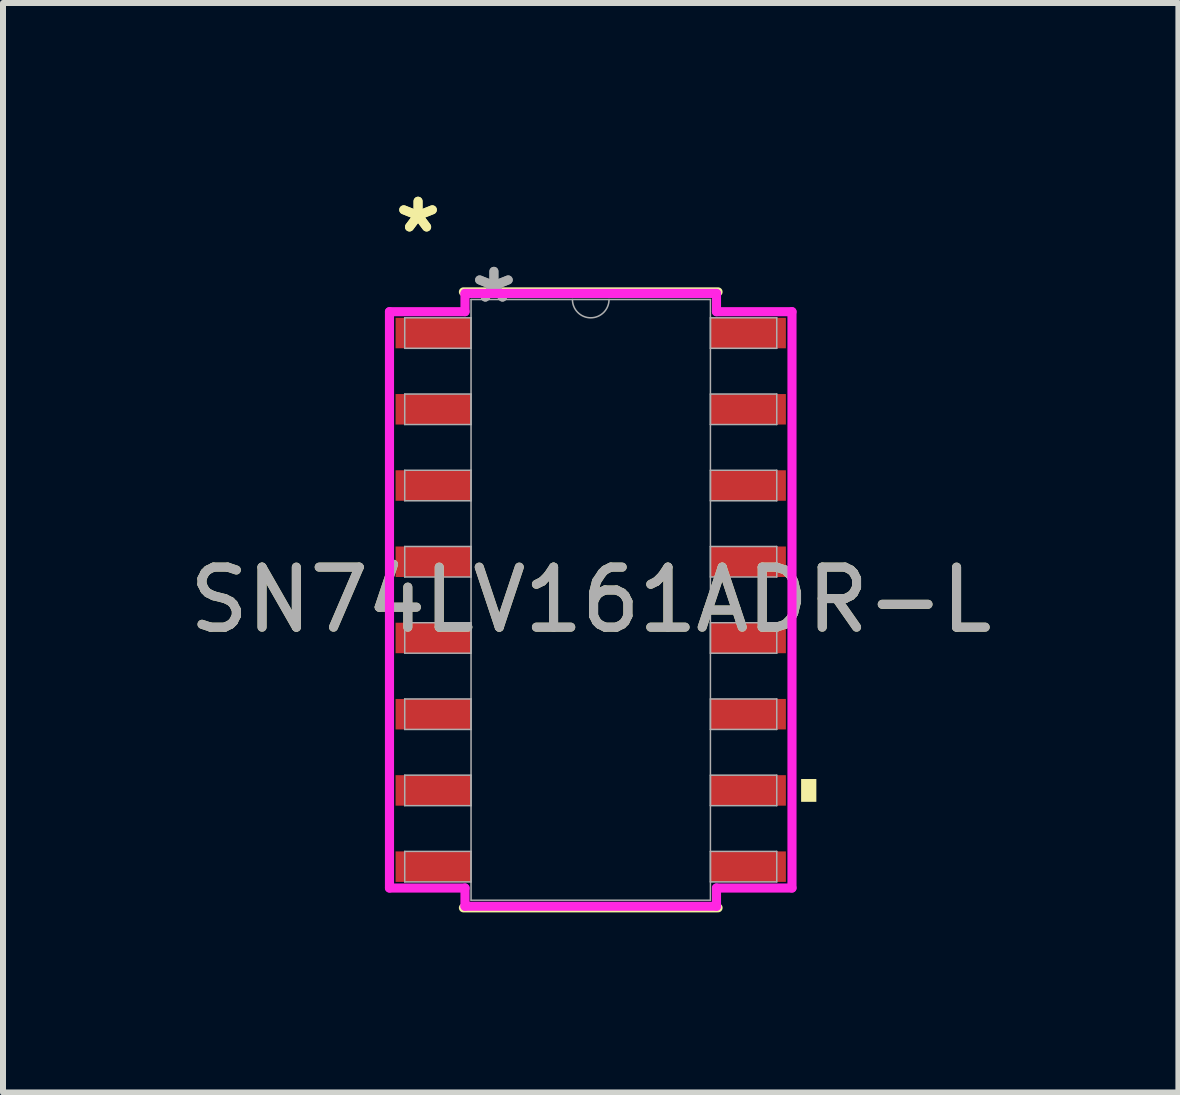
<source format=kicad_pcb>
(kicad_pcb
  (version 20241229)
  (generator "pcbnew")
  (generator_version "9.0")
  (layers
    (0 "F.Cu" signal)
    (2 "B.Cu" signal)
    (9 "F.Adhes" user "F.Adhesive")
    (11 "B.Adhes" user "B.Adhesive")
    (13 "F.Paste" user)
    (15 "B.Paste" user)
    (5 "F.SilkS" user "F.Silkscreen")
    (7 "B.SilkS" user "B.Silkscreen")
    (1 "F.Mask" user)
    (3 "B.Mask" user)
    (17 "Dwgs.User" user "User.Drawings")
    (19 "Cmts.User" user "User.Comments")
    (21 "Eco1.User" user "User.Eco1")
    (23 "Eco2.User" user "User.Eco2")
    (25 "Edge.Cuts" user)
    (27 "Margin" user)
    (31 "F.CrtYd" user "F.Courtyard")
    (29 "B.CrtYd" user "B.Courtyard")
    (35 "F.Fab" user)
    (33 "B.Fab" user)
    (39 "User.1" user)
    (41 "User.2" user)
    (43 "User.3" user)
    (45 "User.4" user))
  (footprint "SN74LV161ADR-L"
    (layer "F.Cu")
    (at 6.792 6.944)
    (property "Reference" "SN74LV161ADR-L" (at 0 0 0) (unlocked yes) (layer "F.SilkS") (effects (font (size 1 1) (thickness 0.15))))
    (attr smd)
    (fp_line (start -2.121 5.131) (end 2.121 5.131) (stroke (width 0.152) (type solid)) (layer "F.SilkS"))
    (fp_line (start 2.121 -5.131) (end -2.121 -5.131) (stroke (width 0.152) (type solid)) (layer "F.SilkS"))
    (fp_poly (pts (xy 3.759 2.985) (xy 3.759 3.365) (xy 3.505 3.365) (xy 3.505 2.985)) (stroke (width 0) (type solid)) (fill yes) (layer "F.SilkS"))
    (fp_line (start -3.353 -4.801) (end -2.095 -4.801) (stroke (width 0.152) (type solid)) (layer "F.CrtYd"))
    (fp_line (start -3.353 4.801) (end -3.353 -4.801) (stroke (width 0.152) (type solid)) (layer "F.CrtYd"))
    (fp_line (start -3.353 4.801) (end -2.095 4.801) (stroke (width 0.152) (type solid)) (layer "F.CrtYd"))
    (fp_line (start -2.095 -5.105) (end 2.095 -5.105) (stroke (width 0.152) (type solid)) (layer "F.CrtYd"))
    (fp_line (start -2.095 -4.801) (end -2.095 -5.105) (stroke (width 0.152) (type solid)) (layer "F.CrtYd"))
    (fp_line (start -2.095 5.105) (end -2.095 4.801) (stroke (width 0.152) (type solid)) (layer "F.CrtYd"))
    (fp_line (start 2.095 -5.105) (end 2.095 -4.801) (stroke (width 0.152) (type solid)) (layer "F.CrtYd"))
    (fp_line (start 2.095 4.801) (end 2.095 5.105) (stroke (width 0.152) (type solid)) (layer "F.CrtYd"))
    (fp_line (start 2.095 5.105) (end -2.095 5.105) (stroke (width 0.152) (type solid)) (layer "F.CrtYd"))
    (fp_line (start 3.353 -4.801) (end 2.095 -4.801) (stroke (width 0.152) (type solid)) (layer "F.CrtYd"))
    (fp_line (start 3.353 -4.801) (end 3.353 4.801) (stroke (width 0.152) (type solid)) (layer "F.CrtYd"))
    (fp_line (start 3.353 4.801) (end 2.095 4.801) (stroke (width 0.152) (type solid)) (layer "F.CrtYd"))
    (fp_line (start -3.099 -4.699) (end -3.099 -4.191) (stroke (width 0.025) (type solid)) (layer "F.Fab"))
    (fp_line (start -3.099 -4.191) (end -1.994 -4.191) (stroke (width 0.025) (type solid)) (layer "F.Fab"))
    (fp_line (start -3.099 -3.429) (end -3.099 -2.921) (stroke (width 0.025) (type solid)) (layer "F.Fab"))
    (fp_line (start -3.099 -2.921) (end -1.994 -2.921) (stroke (width 0.025) (type solid)) (layer "F.Fab"))
    (fp_line (start -3.099 -2.159) (end -3.099 -1.651) (stroke (width 0.025) (type solid)) (layer "F.Fab"))
    (fp_line (start -3.099 -1.651) (end -1.994 -1.651) (stroke (width 0.025) (type solid)) (layer "F.Fab"))
    (fp_line (start -3.099 -0.889) (end -3.099 -0.381) (stroke (width 0.025) (type solid)) (layer "F.Fab"))
    (fp_line (start -3.099 -0.381) (end -1.994 -0.381) (stroke (width 0.025) (type solid)) (layer "F.Fab"))
    (fp_line (start -3.099 0.381) (end -3.099 0.889) (stroke (width 0.025) (type solid)) (layer "F.Fab"))
    (fp_line (start -3.099 0.889) (end -1.994 0.889) (stroke (width 0.025) (type solid)) (layer "F.Fab"))
    (fp_line (start -3.099 1.651) (end -3.099 2.159) (stroke (width 0.025) (type solid)) (layer "F.Fab"))
    (fp_line (start -3.099 2.159) (end -1.994 2.159) (stroke (width 0.025) (type solid)) (layer "F.Fab"))
    (fp_line (start -3.099 2.921) (end -3.099 3.429) (stroke (width 0.025) (type solid)) (layer "F.Fab"))
    (fp_line (start -3.099 3.429) (end -1.994 3.429) (stroke (width 0.025) (type solid)) (layer "F.Fab"))
    (fp_line (start -3.099 4.191) (end -3.099 4.699) (stroke (width 0.025) (type solid)) (layer "F.Fab"))
    (fp_line (start -3.099 4.699) (end -1.994 4.699) (stroke (width 0.025) (type solid)) (layer "F.Fab"))
    (fp_line (start -1.994 -5.004) (end -1.994 5.004) (stroke (width 0.025) (type solid)) (layer "F.Fab"))
    (fp_line (start -1.994 -4.699) (end -3.099 -4.699) (stroke (width 0.025) (type solid)) (layer "F.Fab"))
    (fp_line (start -1.994 -4.191) (end -1.994 -4.699) (stroke (width 0.025) (type solid)) (layer "F.Fab"))
    (fp_line (start -1.994 -3.429) (end -3.099 -3.429) (stroke (width 0.025) (type solid)) (layer "F.Fab"))
    (fp_line (start -1.994 -2.921) (end -1.994 -3.429) (stroke (width 0.025) (type solid)) (layer "F.Fab"))
    (fp_line (start -1.994 -2.159) (end -3.099 -2.159) (stroke (width 0.025) (type solid)) (layer "F.Fab"))
    (fp_line (start -1.994 -1.651) (end -1.994 -2.159) (stroke (width 0.025) (type solid)) (layer "F.Fab"))
    (fp_line (start -1.994 -0.889) (end -3.099 -0.889) (stroke (width 0.025) (type solid)) (layer "F.Fab"))
    (fp_line (start -1.994 -0.381) (end -1.994 -0.889) (stroke (width 0.025) (type solid)) (layer "F.Fab"))
    (fp_line (start -1.994 0.381) (end -3.099 0.381) (stroke (width 0.025) (type solid)) (layer "F.Fab"))
    (fp_line (start -1.994 0.889) (end -1.994 0.381) (stroke (width 0.025) (type solid)) (layer "F.Fab"))
    (fp_line (start -1.994 1.651) (end -3.099 1.651) (stroke (width 0.025) (type solid)) (layer "F.Fab"))
    (fp_line (start -1.994 2.159) (end -1.994 1.651) (stroke (width 0.025) (type solid)) (layer "F.Fab"))
    (fp_line (start -1.994 2.921) (end -3.099 2.921) (stroke (width 0.025) (type solid)) (layer "F.Fab"))
    (fp_line (start -1.994 3.429) (end -1.994 2.921) (stroke (width 0.025) (type solid)) (layer "F.Fab"))
    (fp_line (start -1.994 4.191) (end -3.099 4.191) (stroke (width 0.025) (type solid)) (layer "F.Fab"))
    (fp_line (start -1.994 4.699) (end -1.994 4.191) (stroke (width 0.025) (type solid)) (layer "F.Fab"))
    (fp_line (start -1.994 5.004) (end 1.994 5.004) (stroke (width 0.025) (type solid)) (layer "F.Fab"))
    (fp_line (start 1.994 -5.004) (end -1.994 -5.004) (stroke (width 0.025) (type solid)) (layer "F.Fab"))
    (fp_line (start 1.994 -4.699) (end 1.994 -4.191) (stroke (width 0.025) (type solid)) (layer "F.Fab"))
    (fp_line (start 1.994 -4.191) (end 3.099 -4.191) (stroke (width 0.025) (type solid)) (layer "F.Fab"))
    (fp_line (start 1.994 -3.429) (end 1.994 -2.921) (stroke (width 0.025) (type solid)) (layer "F.Fab"))
    (fp_line (start 1.994 -2.921) (end 3.099 -2.921) (stroke (width 0.025) (type solid)) (layer "F.Fab"))
    (fp_line (start 1.994 -2.159) (end 1.994 -1.651) (stroke (width 0.025) (type solid)) (layer "F.Fab"))
    (fp_line (start 1.994 -1.651) (end 3.099 -1.651) (stroke (width 0.025) (type solid)) (layer "F.Fab"))
    (fp_line (start 1.994 -0.889) (end 1.994 -0.381) (stroke (width 0.025) (type solid)) (layer "F.Fab"))
    (fp_line (start 1.994 -0.381) (end 3.099 -0.381) (stroke (width 0.025) (type solid)) (layer "F.Fab"))
    (fp_line (start 1.994 0.381) (end 1.994 0.889) (stroke (width 0.025) (type solid)) (layer "F.Fab"))
    (fp_line (start 1.994 0.889) (end 3.099 0.889) (stroke (width 0.025) (type solid)) (layer "F.Fab"))
    (fp_line (start 1.994 1.651) (end 1.994 2.159) (stroke (width 0.025) (type solid)) (layer "F.Fab"))
    (fp_line (start 1.994 2.159) (end 3.099 2.159) (stroke (width 0.025) (type solid)) (layer "F.Fab"))
    (fp_line (start 1.994 2.921) (end 1.994 3.429) (stroke (width 0.025) (type solid)) (layer "F.Fab"))
    (fp_line (start 1.994 3.429) (end 3.099 3.429) (stroke (width 0.025) (type solid)) (layer "F.Fab"))
    (fp_line (start 1.994 4.191) (end 1.994 4.699) (stroke (width 0.025) (type solid)) (layer "F.Fab"))
    (fp_line (start 1.994 4.699) (end 3.099 4.699) (stroke (width 0.025) (type solid)) (layer "F.Fab"))
    (fp_line (start 1.994 5.004) (end 1.994 -5.004) (stroke (width 0.025) (type solid)) (layer "F.Fab"))
    (fp_line (start 3.099 -4.699) (end 1.994 -4.699) (stroke (width 0.025) (type solid)) (layer "F.Fab"))
    (fp_line (start 3.099 -4.191) (end 3.099 -4.699) (stroke (width 0.025) (type solid)) (layer "F.Fab"))
    (fp_line (start 3.099 -3.429) (end 1.994 -3.429) (stroke (width 0.025) (type solid)) (layer "F.Fab"))
    (fp_line (start 3.099 -2.921) (end 3.099 -3.429) (stroke (width 0.025) (type solid)) (layer "F.Fab"))
    (fp_line (start 3.099 -2.159) (end 1.994 -2.159) (stroke (width 0.025) (type solid)) (layer "F.Fab"))
    (fp_line (start 3.099 -1.651) (end 3.099 -2.159) (stroke (width 0.025) (type solid)) (layer "F.Fab"))
    (fp_line (start 3.099 -0.889) (end 1.994 -0.889) (stroke (width 0.025) (type solid)) (layer "F.Fab"))
    (fp_line (start 3.099 -0.381) (end 3.099 -0.889) (stroke (width 0.025) (type solid)) (layer "F.Fab"))
    (fp_line (start 3.099 0.381) (end 1.994 0.381) (stroke (width 0.025) (type solid)) (layer "F.Fab"))
    (fp_line (start 3.099 0.889) (end 3.099 0.381) (stroke (width 0.025) (type solid)) (layer "F.Fab"))
    (fp_line (start 3.099 1.651) (end 1.994 1.651) (stroke (width 0.025) (type solid)) (layer "F.Fab"))
    (fp_line (start 3.099 2.159) (end 3.099 1.651) (stroke (width 0.025) (type solid)) (layer "F.Fab"))
    (fp_line (start 3.099 2.921) (end 1.994 2.921) (stroke (width 0.025) (type solid)) (layer "F.Fab"))
    (fp_line (start 3.099 3.429) (end 3.099 2.921) (stroke (width 0.025) (type solid)) (layer "F.Fab"))
    (fp_line (start 3.099 4.191) (end 1.994 4.191) (stroke (width 0.025) (type solid)) (layer "F.Fab"))
    (fp_line (start 3.099 4.699) (end 3.099 4.191) (stroke (width 0.025) (type solid)) (layer "F.Fab"))
    (fp_arc (start 0.3048 -5.0038) (mid 0 -4.699) (end -0.3048 -5.0038) (stroke (width 0.0254) (type solid)) (layer "F.Fab"))
    (fp_text user "*" (at -2.877 -6.096 0) (unlocked yes) (layer "F.SilkS") (effects (font (size 1 1) (thickness 0.15))))
    (fp_text user "*" (at -2.877 -6.096 0) (layer "F.SilkS") (effects (font (size 1 1) (thickness 0.15))))
    (fp_text user "*" (at -1.613 -4.928 0) (layer "F.Fab") (effects (font (size 1 1) (thickness 0.15))))
    (fp_text user "*" (at -1.613 -4.928 0) (unlocked yes) (layer "F.Fab") (effects (font (size 1 1) (thickness 0.15))))
    (fp_text user "${REFERENCE}" (at 0 0 0) (unlocked yes) (layer "F.Fab") (effects (font (size 1 1) (thickness 0.15))))
    (pad "1" smd rect (at -2.623 -4.445) (size 1.257 0.508) (layers "F.Cu" "F.Mask" "F.Paste"))
    (pad "2" smd rect (at -2.623 -3.175) (size 1.257 0.508) (layers "F.Cu" "F.Mask" "F.Paste"))
    (pad "3" smd rect (at -2.623 -1.905) (size 1.257 0.508) (layers "F.Cu" "F.Mask" "F.Paste"))
    (pad "4" smd rect (at -2.623 -0.635) (size 1.257 0.508) (layers "F.Cu" "F.Mask" "F.Paste"))
    (pad "5" smd rect (at -2.623 0.635) (size 1.257 0.508) (layers "F.Cu" "F.Mask" "F.Paste"))
    (pad "6" smd rect (at -2.623 1.905) (size 1.257 0.508) (layers "F.Cu" "F.Mask" "F.Paste"))
    (pad "7" smd rect (at -2.623 3.175) (size 1.257 0.508) (layers "F.Cu" "F.Mask" "F.Paste"))
    (pad "8" smd rect (at -2.623 4.445) (size 1.257 0.508) (layers "F.Cu" "F.Mask" "F.Paste"))
    (pad "9" smd rect (at 2.623 4.445) (size 1.257 0.508) (layers "F.Cu" "F.Mask" "F.Paste"))
    (pad "10" smd rect (at 2.623 3.175) (size 1.257 0.508) (layers "F.Cu" "F.Mask" "F.Paste"))
    (pad "11" smd rect (at 2.623 1.905) (size 1.257 0.508) (layers "F.Cu" "F.Mask" "F.Paste"))
    (pad "12" smd rect (at 2.623 0.635) (size 1.257 0.508) (layers "F.Cu" "F.Mask" "F.Paste"))
    (pad "13" smd rect (at 2.623 -0.635) (size 1.257 0.508) (layers "F.Cu" "F.Mask" "F.Paste"))
    (pad "14" smd rect (at 2.623 -1.905) (size 1.257 0.508) (layers "F.Cu" "F.Mask" "F.Paste"))
    (pad "15" smd rect (at 2.623 -3.175) (size 1.257 0.508) (layers "F.Cu" "F.Mask" "F.Paste"))
    (pad "16" smd rect (at 2.623 -4.445) (size 1.257 0.508) (layers "F.Cu" "F.Mask" "F.Paste")))
  (gr_rect
    (start -3 -3)
    (end 16.583 15.151)
    (stroke (width 0.1) (type default))
    (fill no)
    (layer "Edge.Cuts")))
</source>
